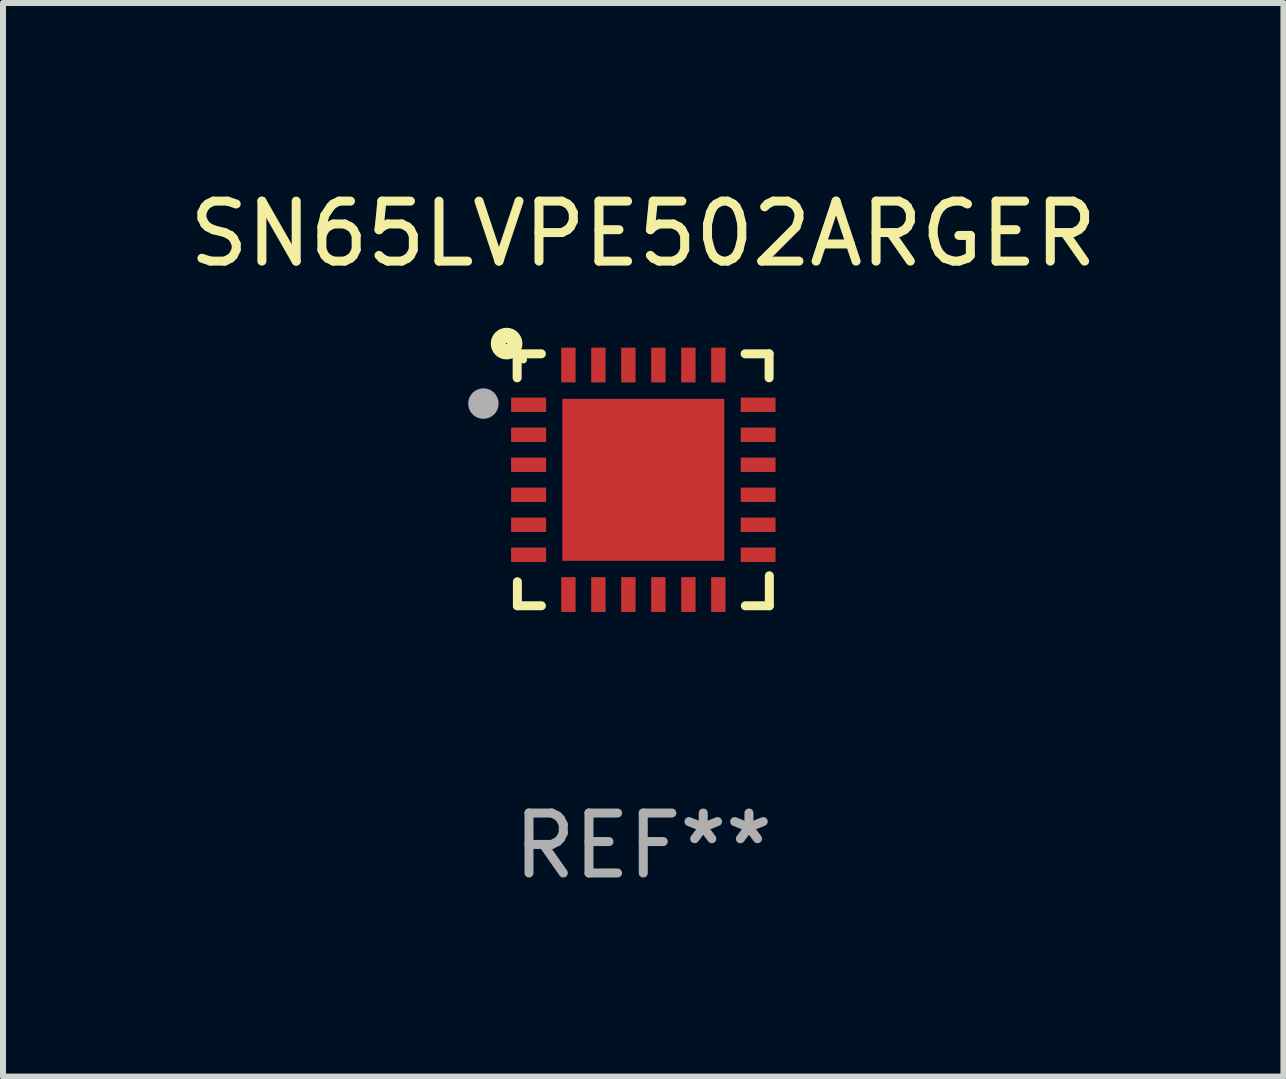
<source format=kicad_pcb>
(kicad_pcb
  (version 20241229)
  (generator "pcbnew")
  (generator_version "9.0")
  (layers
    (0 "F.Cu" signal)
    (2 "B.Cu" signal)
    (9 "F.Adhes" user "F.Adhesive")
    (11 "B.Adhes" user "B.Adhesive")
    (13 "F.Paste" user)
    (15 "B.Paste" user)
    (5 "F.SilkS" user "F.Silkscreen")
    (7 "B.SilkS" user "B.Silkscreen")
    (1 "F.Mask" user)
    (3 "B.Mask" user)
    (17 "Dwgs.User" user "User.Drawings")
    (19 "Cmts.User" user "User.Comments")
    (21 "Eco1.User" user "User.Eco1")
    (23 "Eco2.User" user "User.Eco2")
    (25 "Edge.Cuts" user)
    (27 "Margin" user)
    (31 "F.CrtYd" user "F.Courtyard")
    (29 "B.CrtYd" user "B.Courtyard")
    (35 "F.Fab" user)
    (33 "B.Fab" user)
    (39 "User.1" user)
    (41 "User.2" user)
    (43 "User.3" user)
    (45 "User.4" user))
  (footprint "SN65LVPE502ARGER"
    (layer "F.Cu")
    (at 7.673 4.948)
    (property "Reference" "SN65LVPE502ARGER" (at 0 -4.1 0) (layer "F.SilkS") (effects (font (size 1 1) (thickness 0.15))))
    (attr through_hole)
    (fp_line (start -2.102 -2.1) (end -1.698 -2.1) (stroke (width 0.15) (type solid)) (layer "F.SilkS"))
    (fp_line (start -2.102 -1.7) (end -2.102 -2.1) (stroke (width 0.15) (type solid)) (layer "F.SilkS"))
    (fp_line (start -2.098 1.7) (end -2.098 2.1) (stroke (width 0.15) (type solid)) (layer "F.SilkS"))
    (fp_line (start -2.098 2.1) (end -1.698 2.1) (stroke (width 0.15) (type solid)) (layer "F.SilkS"))
    (fp_line (start 1.698 -2.1) (end 2.098 -2.1) (stroke (width 0.15) (type solid)) (layer "F.SilkS"))
    (fp_line (start 2.098 -2.1) (end 2.098 -1.7) (stroke (width 0.15) (type solid)) (layer "F.SilkS"))
    (fp_line (start 2.102 1.6) (end 2.102 2.1) (stroke (width 0.15) (type solid)) (layer "F.SilkS"))
    (fp_line (start 2.102 2.1) (end 1.702 2.1) (stroke (width 0.15) (type solid)) (layer "F.SilkS"))
    (fp_circle (center -2.278 -2.27) (end -2.268 -2.27) (stroke (width 0.254) (type solid)) (fill no) (layer "F.SilkS"))
    (fp_circle (center -1.998 -2) (end -1.968 -2) (stroke (width 0.06) (type solid)) (fill no) (layer "F.SilkS"))
    (fp_circle (center -2.665 -1.27) (end -2.538 -1.27) (stroke (width 0.254) (type solid)) (fill no) (layer "F.Fab"))
    (fp_text user "REF**" (at 0 6.1 0) (layer "F.Fab") (effects (font (size 1 1) (thickness 0.15))))
    (pad "1" smd rect (at -1.911 -1.25) (size 0.584 0.24) (layers "F.Cu" "F.Mask" "F.Paste"))
    (pad "2" smd rect (at -1.911 -0.75) (size 0.584 0.24) (layers "F.Cu" "F.Mask" "F.Paste"))
    (pad "3" smd rect (at -1.911 -0.25) (size 0.584 0.24) (layers "F.Cu" "F.Mask" "F.Paste"))
    (pad "4" smd rect (at -1.911 0.25) (size 0.584 0.24) (layers "F.Cu" "F.Mask" "F.Paste"))
    (pad "5" smd rect (at -1.911 0.75) (size 0.584 0.24) (layers "F.Cu" "F.Mask" "F.Paste"))
    (pad "6" smd rect (at -1.911 1.25) (size 0.584 0.24) (layers "F.Cu" "F.Mask" "F.Paste"))
    (pad "7" smd rect (at -1.248 1.913) (size 0.24 0.58) (layers "F.Cu" "F.Mask" "F.Paste"))
    (pad "8" smd rect (at -0.748 1.913) (size 0.24 0.58) (layers "F.Cu" "F.Mask" "F.Paste"))
    (pad "9" smd rect (at -0.248 1.913) (size 0.24 0.58) (layers "F.Cu" "F.Mask" "F.Paste"))
    (pad "10" smd rect (at 0.252 1.913) (size 0.24 0.58) (layers "F.Cu" "F.Mask" "F.Paste"))
    (pad "11" smd rect (at 0.752 1.913) (size 0.24 0.58) (layers "F.Cu" "F.Mask" "F.Paste"))
    (pad "12" smd rect (at 1.252 1.913) (size 0.24 0.58) (layers "F.Cu" "F.Mask" "F.Paste"))
    (pad "13" smd rect (at 1.915 1.25) (size 0.58 0.24) (layers "F.Cu" "F.Mask" "F.Paste"))
    (pad "14" smd rect (at 1.915 0.75) (size 0.58 0.24) (layers "F.Cu" "F.Mask" "F.Paste"))
    (pad "15" smd rect (at 1.915 0.25) (size 0.58 0.24) (layers "F.Cu" "F.Mask" "F.Paste"))
    (pad "16" smd rect (at 1.915 -0.25) (size 0.58 0.24) (layers "F.Cu" "F.Mask" "F.Paste"))
    (pad "17" smd rect (at 1.915 -0.75) (size 0.58 0.24) (layers "F.Cu" "F.Mask" "F.Paste"))
    (pad "18" smd rect (at 1.915 -1.25) (size 0.58 0.24) (layers "F.Cu" "F.Mask" "F.Paste"))
    (pad "19" smd rect (at 1.252 -1.913) (size 0.24 0.58) (layers "F.Cu" "F.Mask" "F.Paste"))
    (pad "20" smd rect (at 0.752 -1.913) (size 0.24 0.58) (layers "F.Cu" "F.Mask" "F.Paste"))
    (pad "21" smd rect (at 0.252 -1.913) (size 0.24 0.58) (layers "F.Cu" "F.Mask" "F.Paste"))
    (pad "22" smd rect (at -0.248 -1.913) (size 0.24 0.58) (layers "F.Cu" "F.Mask" "F.Paste"))
    (pad "23" smd rect (at -0.748 -1.913) (size 0.24 0.58) (layers "F.Cu" "F.Mask" "F.Paste"))
    (pad "24" smd rect (at -1.248 -1.913) (size 0.24 0.58) (layers "F.Cu" "F.Mask" "F.Paste"))
    (pad "25" smd rect (at 0.001 0.001) (size 2.7 2.7) (layers "F.Cu" "F.Mask" "F.Paste")))
  (gr_rect
    (start -3 -3)
    (end 18.345 14.897)
    (stroke (width 0.1) (type default))
    (fill no)
    (layer "Edge.Cuts")))
</source>
